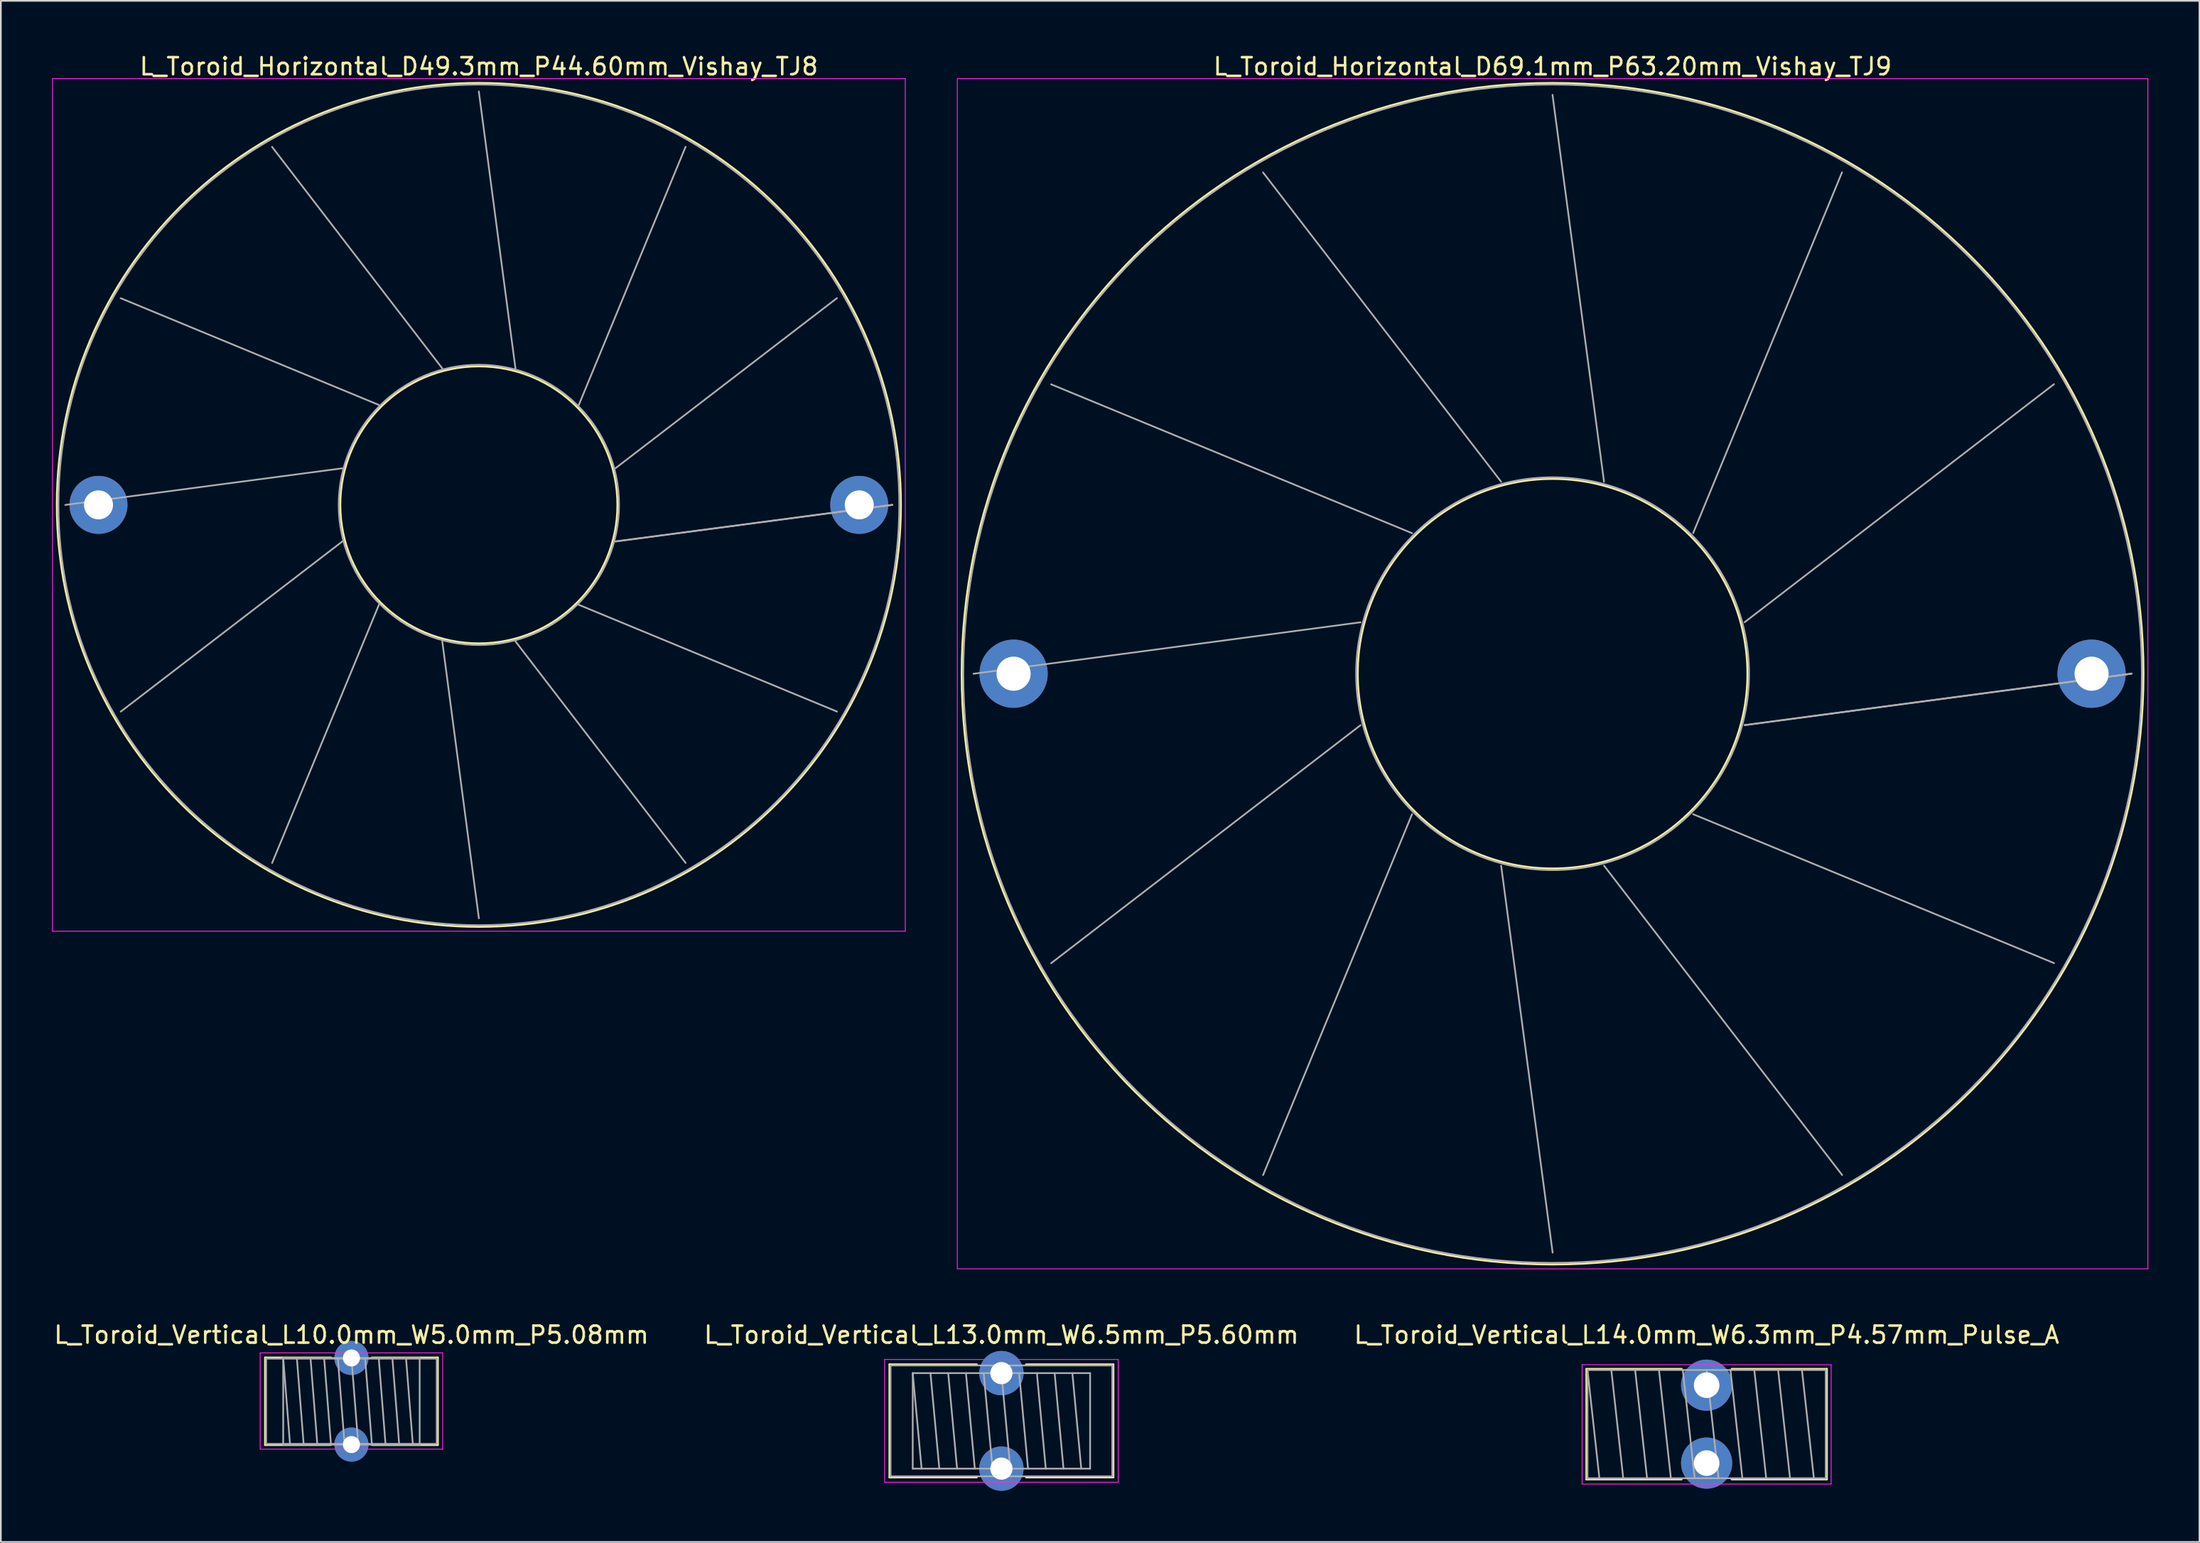
<source format=kicad_pcb>
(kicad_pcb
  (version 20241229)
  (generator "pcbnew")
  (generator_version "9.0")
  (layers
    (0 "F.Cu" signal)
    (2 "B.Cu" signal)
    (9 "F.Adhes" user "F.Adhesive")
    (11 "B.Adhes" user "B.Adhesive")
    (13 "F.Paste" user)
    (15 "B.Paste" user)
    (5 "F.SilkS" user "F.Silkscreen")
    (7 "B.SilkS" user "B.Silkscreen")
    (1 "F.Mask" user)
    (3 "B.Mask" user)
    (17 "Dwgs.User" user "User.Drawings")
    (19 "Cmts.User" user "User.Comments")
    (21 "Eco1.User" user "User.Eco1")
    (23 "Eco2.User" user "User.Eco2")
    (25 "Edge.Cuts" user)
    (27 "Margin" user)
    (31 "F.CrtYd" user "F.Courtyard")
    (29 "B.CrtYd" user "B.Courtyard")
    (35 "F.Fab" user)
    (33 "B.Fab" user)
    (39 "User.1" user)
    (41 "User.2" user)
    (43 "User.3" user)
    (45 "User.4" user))
  (footprint "L_Toroid_Vertical_L13.0mm_W6.5mm_P5.60mm"
    (layer "F.Cu")
    (at 55.661 77.475)
    (property "Reference" "L_Toroid_Vertical_L13.0mm_W6.5mm_P5.60mm" (at 0 -2.243 0) (layer "F.SilkS") (effects (font (size 1 1) (thickness 0.15))))
    (attr through_hole)
    (fp_line (start -6.56 -0.51) (end -6.56 6.11) (stroke (width 0.12) (type solid)) (layer "F.SilkS"))
    (fp_line (start -6.56 -0.51) (end -1.449 -0.51) (stroke (width 0.12) (type solid)) (layer "F.SilkS"))
    (fp_line (start -6.56 6.11) (end -1.449 6.11) (stroke (width 0.12) (type solid)) (layer "F.SilkS"))
    (fp_line (start 1.449 -0.51) (end 6.56 -0.51) (stroke (width 0.12) (type solid)) (layer "F.SilkS"))
    (fp_line (start 1.449 6.11) (end 6.56 6.11) (stroke (width 0.12) (type solid)) (layer "F.SilkS"))
    (fp_line (start 6.56 -0.51) (end 6.56 6.11) (stroke (width 0.12) (type solid)) (layer "F.SilkS"))
    (fp_line (start -6.85 -0.8) (end -6.85 6.4) (stroke (width 0.05) (type solid)) (layer "F.CrtYd"))
    (fp_line (start -6.85 6.4) (end 6.85 6.4) (stroke (width 0.05) (type solid)) (layer "F.CrtYd"))
    (fp_line (start 6.85 -0.8) (end -6.85 -0.8) (stroke (width 0.05) (type solid)) (layer "F.CrtYd"))
    (fp_line (start 6.85 6.4) (end 6.85 -0.8) (stroke (width 0.05) (type solid)) (layer "F.CrtYd"))
    (fp_line (start -6.5 -0.45) (end -6.5 6.05) (stroke (width 0.1) (type solid)) (layer "F.Fab"))
    (fp_line (start -6.5 6.05) (end 6.5 6.05) (stroke (width 0.1) (type solid)) (layer "F.Fab"))
    (fp_line (start -5.2 0) (end -5.2 5.6) (stroke (width 0.1) (type solid)) (layer "F.Fab"))
    (fp_line (start -5.2 0) (end -4.68 5.6) (stroke (width 0.1) (type solid)) (layer "F.Fab"))
    (fp_line (start -5.2 5.6) (end 5.2 5.6) (stroke (width 0.1) (type solid)) (layer "F.Fab"))
    (fp_line (start -4.16 0) (end -3.64 5.6) (stroke (width 0.1) (type solid)) (layer "F.Fab"))
    (fp_line (start -3.12 0) (end -2.6 5.6) (stroke (width 0.1) (type solid)) (layer "F.Fab"))
    (fp_line (start -2.08 0) (end -1.56 5.6) (stroke (width 0.1) (type solid)) (layer "F.Fab"))
    (fp_line (start -1.04 0) (end -0.52 5.6) (stroke (width 0.1) (type solid)) (layer "F.Fab"))
    (fp_line (start 0 0) (end 0.52 5.6) (stroke (width 0.1) (type solid)) (layer "F.Fab"))
    (fp_line (start 1.04 0) (end 1.56 5.6) (stroke (width 0.1) (type solid)) (layer "F.Fab"))
    (fp_line (start 2.08 0) (end 2.6 5.6) (stroke (width 0.1) (type solid)) (layer "F.Fab"))
    (fp_line (start 3.12 0) (end 3.64 5.6) (stroke (width 0.1) (type solid)) (layer "F.Fab"))
    (fp_line (start 4.16 0) (end 4.68 5.6) (stroke (width 0.1) (type solid)) (layer "F.Fab"))
    (fp_line (start 5.2 0) (end -5.2 0) (stroke (width 0.1) (type solid)) (layer "F.Fab"))
    (fp_line (start 5.2 5.6) (end 5.2 0) (stroke (width 0.1) (type solid)) (layer "F.Fab"))
    (fp_line (start 6.5 -0.45) (end -6.5 -0.45) (stroke (width 0.1) (type solid)) (layer "F.Fab"))
    (fp_line (start 6.5 6.05) (end 6.5 -0.45) (stroke (width 0.1) (type solid)) (layer "F.Fab"))
    (pad "1" thru_hole circle (at 0 0) (size 2.6 2.6) (drill 1.3) (layers "*.Cu" "*.Mask"))
    (pad "2" thru_hole circle (at 0 5.6) (size 2.6 2.6) (drill 1.3) (layers "*.Cu" "*.Mask")))
  (footprint "L_Toroid_Vertical_L10.0mm_W5.0mm_P5.08mm"
    (layer "F.Cu")
    (at 17.554 76.585)
    (property "Reference" "L_Toroid_Vertical_L10.0mm_W5.0mm_P5.08mm" (at 0 -1.353 0) (layer "F.SilkS") (effects (font (size 1 1) (thickness 0.15))))
    (attr through_hole)
    (fp_line (start -5.06 -0.02) (end -5.06 5.1) (stroke (width 0.12) (type solid)) (layer "F.SilkS"))
    (fp_line (start -5.06 -0.02) (end -1.195 -0.02) (stroke (width 0.12) (type solid)) (layer "F.SilkS"))
    (fp_line (start -5.06 5.1) (end -1.195 5.1) (stroke (width 0.12) (type solid)) (layer "F.SilkS"))
    (fp_line (start 1.195 -0.02) (end 5.06 -0.02) (stroke (width 0.12) (type solid)) (layer "F.SilkS"))
    (fp_line (start 1.195 5.1) (end 5.06 5.1) (stroke (width 0.12) (type solid)) (layer "F.SilkS"))
    (fp_line (start 5.06 -0.02) (end 5.06 5.1) (stroke (width 0.12) (type solid)) (layer "F.SilkS"))
    (fp_line (start -5.35 -0.3) (end -5.35 5.35) (stroke (width 0.05) (type solid)) (layer "F.CrtYd"))
    (fp_line (start -5.35 5.35) (end 5.35 5.35) (stroke (width 0.05) (type solid)) (layer "F.CrtYd"))
    (fp_line (start 5.35 -0.3) (end -5.35 -0.3) (stroke (width 0.05) (type solid)) (layer "F.CrtYd"))
    (fp_line (start 5.35 5.35) (end 5.35 -0.3) (stroke (width 0.05) (type solid)) (layer "F.CrtYd"))
    (fp_line (start -5 0.04) (end -5 5.04) (stroke (width 0.1) (type solid)) (layer "F.Fab"))
    (fp_line (start -5 5.04) (end 5 5.04) (stroke (width 0.1) (type solid)) (layer "F.Fab"))
    (fp_line (start -4 0) (end -4 5.08) (stroke (width 0.1) (type solid)) (layer "F.Fab"))
    (fp_line (start -4 0) (end -3.6 5.08) (stroke (width 0.1) (type solid)) (layer "F.Fab"))
    (fp_line (start -4 5.08) (end 4 5.08) (stroke (width 0.1) (type solid)) (layer "F.Fab"))
    (fp_line (start -3.2 0) (end -2.8 5.08) (stroke (width 0.1) (type solid)) (layer "F.Fab"))
    (fp_line (start -2.4 0) (end -2 5.08) (stroke (width 0.1) (type solid)) (layer "F.Fab"))
    (fp_line (start -1.6 0) (end -1.2 5.08) (stroke (width 0.1) (type solid)) (layer "F.Fab"))
    (fp_line (start -0.8 0) (end -0.4 5.08) (stroke (width 0.1) (type solid)) (layer "F.Fab"))
    (fp_line (start 0 0) (end 0.4 5.08) (stroke (width 0.1) (type solid)) (layer "F.Fab"))
    (fp_line (start 0.8 0) (end 1.2 5.08) (stroke (width 0.1) (type solid)) (layer "F.Fab"))
    (fp_line (start 1.6 0) (end 2 5.08) (stroke (width 0.1) (type solid)) (layer "F.Fab"))
    (fp_line (start 2.4 0) (end 2.8 5.08) (stroke (width 0.1) (type solid)) (layer "F.Fab"))
    (fp_line (start 3.2 0) (end 3.6 5.08) (stroke (width 0.1) (type solid)) (layer "F.Fab"))
    (fp_line (start 4 0) (end -4 0) (stroke (width 0.1) (type solid)) (layer "F.Fab"))
    (fp_line (start 4 5.08) (end 4 0) (stroke (width 0.1) (type solid)) (layer "F.Fab"))
    (fp_line (start 5 0.04) (end -5 0.04) (stroke (width 0.1) (type solid)) (layer "F.Fab"))
    (fp_line (start 5 5.04) (end 5 0.04) (stroke (width 0.1) (type solid)) (layer "F.Fab"))
    (pad "1" thru_hole circle (at 0 0) (size 2 2) (drill 1) (layers "*.Cu" "*.Mask"))
    (pad "2" thru_hole circle (at 0 5.08) (size 2 2) (drill 1) (layers "*.Cu" "*.Mask")))
  (footprint "L_Toroid_Horizontal_D69.1mm_P63.20mm_Vishay_TJ9"
    (layer "F.Cu")
    (at 56.375 36.458)
    (property "Reference" "L_Toroid_Horizontal_D69.1mm_P63.20mm_Vishay_TJ9" (at 31.6 -35.61 0) (layer "F.SilkS") (effects (font (size 1 1) (thickness 0.15))))
    (attr through_hole)
    (fp_circle (center 31.6 0) (end 43.027 0) (stroke (width 0.12) (type solid)) (fill no) (layer "F.SilkS"))
    (fp_circle (center 31.6 0) (end 66.24 0) (stroke (width 0.12) (type solid)) (fill no) (layer "F.SilkS"))
    (fp_line (start -3.3 -34.9) (end -3.3 34.9) (stroke (width 0.05) (type solid)) (layer "F.CrtYd"))
    (fp_line (start -3.3 34.9) (end 66.5 34.9) (stroke (width 0.05) (type solid)) (layer "F.CrtYd"))
    (fp_line (start 66.5 -34.9) (end -3.3 -34.9) (stroke (width 0.05) (type solid)) (layer "F.CrtYd"))
    (fp_line (start 66.5 34.9) (end 66.5 -34.9) (stroke (width 0.05) (type solid)) (layer "F.CrtYd"))
    (fp_line (start -2.347 0.003) (end 20.342 -3.015) (stroke (width 0.1) (type solid)) (layer "F.Fab"))
    (fp_line (start 2.199 -16.97) (end 23.358 -8.241) (stroke (width 0.1) (type solid)) (layer "F.Fab"))
    (fp_line (start 2.202 16.976) (end 20.342 3.018) (stroke (width 0.1) (type solid)) (layer "F.Fab"))
    (fp_line (start 14.623 -29.397) (end 28.582 -11.258) (stroke (width 0.1) (type solid)) (layer "F.Fab"))
    (fp_line (start 14.628 29.4) (end 23.359 8.242) (stroke (width 0.1) (type solid)) (layer "F.Fab"))
    (fp_line (start 31.595 -33.947) (end 34.615 -11.259) (stroke (width 0.1) (type solid)) (layer "F.Fab"))
    (fp_line (start 31.602 33.947) (end 28.584 11.258) (stroke (width 0.1) (type solid)) (layer "F.Fab"))
    (fp_line (start 48.569 -29.402) (end 39.84 -8.243) (stroke (width 0.1) (type solid)) (layer "F.Fab"))
    (fp_line (start 48.575 29.399) (end 34.617 11.258) (stroke (width 0.1) (type solid)) (layer "F.Fab"))
    (fp_line (start 60.996 -16.979) (end 42.858 -3.019) (stroke (width 0.1) (type solid)) (layer "F.Fab"))
    (fp_line (start 60.999 16.973) (end 39.842 8.241) (stroke (width 0.1) (type solid)) (layer "F.Fab"))
    (fp_line (start 65.547 -0.006) (end 42.859 3.014) (stroke (width 0.1) (type solid)) (layer "F.Fab"))
    (fp_line (start 65.547 0) (end 42.858 3.017) (stroke (width 0.1) (type solid)) (layer "F.Fab"))
    (fp_circle (center 31.6 0) (end 43.117 0) (stroke (width 0.1) (type solid)) (fill no) (layer "F.Fab"))
    (fp_circle (center 31.6 0) (end 66.15 0) (stroke (width 0.1) (type solid)) (fill no) (layer "F.Fab"))
    (pad "1" thru_hole circle (at 0 0) (size 4 4) (drill 2) (layers "*.Cu" "*.Mask"))
    (pad "2" thru_hole circle (at 63.2 0) (size 4 4) (drill 2) (layers "*.Cu" "*.Mask")))
  (footprint "L_Toroid_Vertical_L14.0mm_W6.3mm_P4.57mm_Pulse_A"
    (layer "F.Cu")
    (at 97.006 78.181)
    (property "Reference" "L_Toroid_Vertical_L14.0mm_W6.3mm_P4.57mm_Pulse_A" (at 0 -2.95 0) (layer "F.SilkS") (effects (font (size 1 1) (thickness 0.15))))
    (attr through_hole)
    (fp_line (start -7.045 -0.95) (end -7.045 5.52) (stroke (width 0.12) (type solid)) (layer "F.SilkS"))
    (fp_line (start -7.045 -0.95) (end -1.47 -0.95) (stroke (width 0.12) (type solid)) (layer "F.SilkS"))
    (fp_line (start -7.045 5.52) (end -1.47 5.52) (stroke (width 0.12) (type solid)) (layer "F.SilkS"))
    (fp_line (start 1.47 -0.95) (end 7.045 -0.95) (stroke (width 0.12) (type solid)) (layer "F.SilkS"))
    (fp_line (start 1.47 5.52) (end 7.045 5.52) (stroke (width 0.12) (type solid)) (layer "F.SilkS"))
    (fp_line (start 7.045 -0.95) (end 7.045 5.52) (stroke (width 0.12) (type solid)) (layer "F.SilkS"))
    (fp_line (start -7.3 -1.2) (end -7.3 5.8) (stroke (width 0.05) (type solid)) (layer "F.CrtYd"))
    (fp_line (start -7.3 5.8) (end 7.3 5.8) (stroke (width 0.05) (type solid)) (layer "F.CrtYd"))
    (fp_line (start 7.3 -1.2) (end -7.3 -1.2) (stroke (width 0.05) (type solid)) (layer "F.CrtYd"))
    (fp_line (start 7.3 5.8) (end 7.3 -1.2) (stroke (width 0.05) (type solid)) (layer "F.CrtYd"))
    (fp_line (start -6.985 -0.89) (end -6.985 5.46) (stroke (width 0.1) (type solid)) (layer "F.Fab"))
    (fp_line (start -6.985 -0.89) (end -6.287 5.46) (stroke (width 0.1) (type solid)) (layer "F.Fab"))
    (fp_line (start -6.985 5.46) (end 6.985 5.46) (stroke (width 0.1) (type solid)) (layer "F.Fab"))
    (fp_line (start -5.588 -0.89) (end -4.889 5.46) (stroke (width 0.1) (type solid)) (layer "F.Fab"))
    (fp_line (start -4.191 -0.89) (end -3.493 5.46) (stroke (width 0.1) (type solid)) (layer "F.Fab"))
    (fp_line (start -2.794 -0.89) (end -2.095 5.46) (stroke (width 0.1) (type solid)) (layer "F.Fab"))
    (fp_line (start -1.397 -0.89) (end -0.699 5.46) (stroke (width 0.1) (type solid)) (layer "F.Fab"))
    (fp_line (start 0 -0.89) (end 0.699 5.46) (stroke (width 0.1) (type solid)) (layer "F.Fab"))
    (fp_line (start 1.397 -0.89) (end 2.095 5.46) (stroke (width 0.1) (type solid)) (layer "F.Fab"))
    (fp_line (start 2.794 -0.89) (end 3.493 5.46) (stroke (width 0.1) (type solid)) (layer "F.Fab"))
    (fp_line (start 4.191 -0.89) (end 4.889 5.46) (stroke (width 0.1) (type solid)) (layer "F.Fab"))
    (fp_line (start 5.588 -0.89) (end 6.287 5.46) (stroke (width 0.1) (type solid)) (layer "F.Fab"))
    (fp_line (start 6.985 -0.89) (end -6.985 -0.89) (stroke (width 0.1) (type solid)) (layer "F.Fab"))
    (fp_line (start 6.985 5.46) (end 6.985 -0.89) (stroke (width 0.1) (type solid)) (layer "F.Fab"))
    (pad "1" thru_hole circle (at 0 0) (size 3 3) (drill 1.5) (layers "*.Cu" "*.Mask"))
    (pad "2" thru_hole circle (at 0 4.57) (size 3 3) (drill 1.5) (layers "*.Cu" "*.Mask")))
  (footprint "L_Toroid_Horizontal_D49.3mm_P44.60mm_Vishay_TJ8"
    (layer "F.Cu")
    (at 2.725 26.558)
    (property "Reference" "L_Toroid_Horizontal_D49.3mm_P44.60mm_Vishay_TJ8" (at 22.3 -25.71 0) (layer "F.SilkS") (effects (font (size 1 1) (thickness 0.15))))
    (attr through_hole)
    (fp_circle (center 22.3 0) (end 30.427 0) (stroke (width 0.12) (type solid)) (fill no) (layer "F.SilkS"))
    (fp_circle (center 22.3 0) (end 47.04 0) (stroke (width 0.12) (type solid)) (fill no) (layer "F.SilkS"))
    (fp_line (start -2.7 -25) (end -2.7 25) (stroke (width 0.05) (type solid)) (layer "F.CrtYd"))
    (fp_line (start -2.7 25) (end 47.3 25) (stroke (width 0.05) (type solid)) (layer "F.CrtYd"))
    (fp_line (start 47.3 -25) (end -2.7 -25) (stroke (width 0.05) (type solid)) (layer "F.CrtYd"))
    (fp_line (start 47.3 25) (end 47.3 -25) (stroke (width 0.05) (type solid)) (layer "F.CrtYd"))
    (fp_line (start -1.945 0.002) (end 14.293 -2.145) (stroke (width 0.1) (type solid)) (layer "F.Fab"))
    (fp_line (start 1.302 -12.12) (end 16.438 -5.861) (stroke (width 0.1) (type solid)) (layer "F.Fab"))
    (fp_line (start 1.304 12.124) (end 14.293 2.146) (stroke (width 0.1) (type solid)) (layer "F.Fab"))
    (fp_line (start 10.175 -20.995) (end 20.154 -8.006) (stroke (width 0.1) (type solid)) (layer "F.Fab"))
    (fp_line (start 10.179 20.998) (end 16.439 5.862) (stroke (width 0.1) (type solid)) (layer "F.Fab"))
    (fp_line (start 22.297 -24.245) (end 24.444 -8.007) (stroke (width 0.1) (type solid)) (layer "F.Fab"))
    (fp_line (start 22.301 24.245) (end 20.155 8.007) (stroke (width 0.1) (type solid)) (layer "F.Fab"))
    (fp_line (start 34.419 -20.999) (end 28.16 -5.862) (stroke (width 0.1) (type solid)) (layer "F.Fab"))
    (fp_line (start 34.423 20.997) (end 24.446 8.007) (stroke (width 0.1) (type solid)) (layer "F.Fab"))
    (fp_line (start 43.295 -12.126) (end 30.306 -2.147) (stroke (width 0.1) (type solid)) (layer "F.Fab"))
    (fp_line (start 43.297 12.122) (end 28.161 5.861) (stroke (width 0.1) (type solid)) (layer "F.Fab"))
    (fp_line (start 46.545 -0.004) (end 30.307 2.144) (stroke (width 0.1) (type solid)) (layer "F.Fab"))
    (fp_line (start 46.545 0) (end 30.307 2.145) (stroke (width 0.1) (type solid)) (layer "F.Fab"))
    (fp_circle (center 22.3 0) (end 30.517 0) (stroke (width 0.1) (type solid)) (fill no) (layer "F.Fab"))
    (fp_circle (center 22.3 0) (end 46.95 0) (stroke (width 0.1) (type solid)) (fill no) (layer "F.Fab"))
    (pad "1" thru_hole circle (at 0 0) (size 3.4 3.4) (drill 1.7) (layers "*.Cu" "*.Mask"))
    (pad "2" thru_hole circle (at 44.6 0) (size 3.4 3.4) (drill 1.7) (layers "*.Cu" "*.Mask")))
  (gr_rect
    (start -3 -3)
    (end 125.9 87.375)
    (stroke (width 0.1) (type default))
    (fill no)
    (layer "Edge.Cuts")))
</source>
